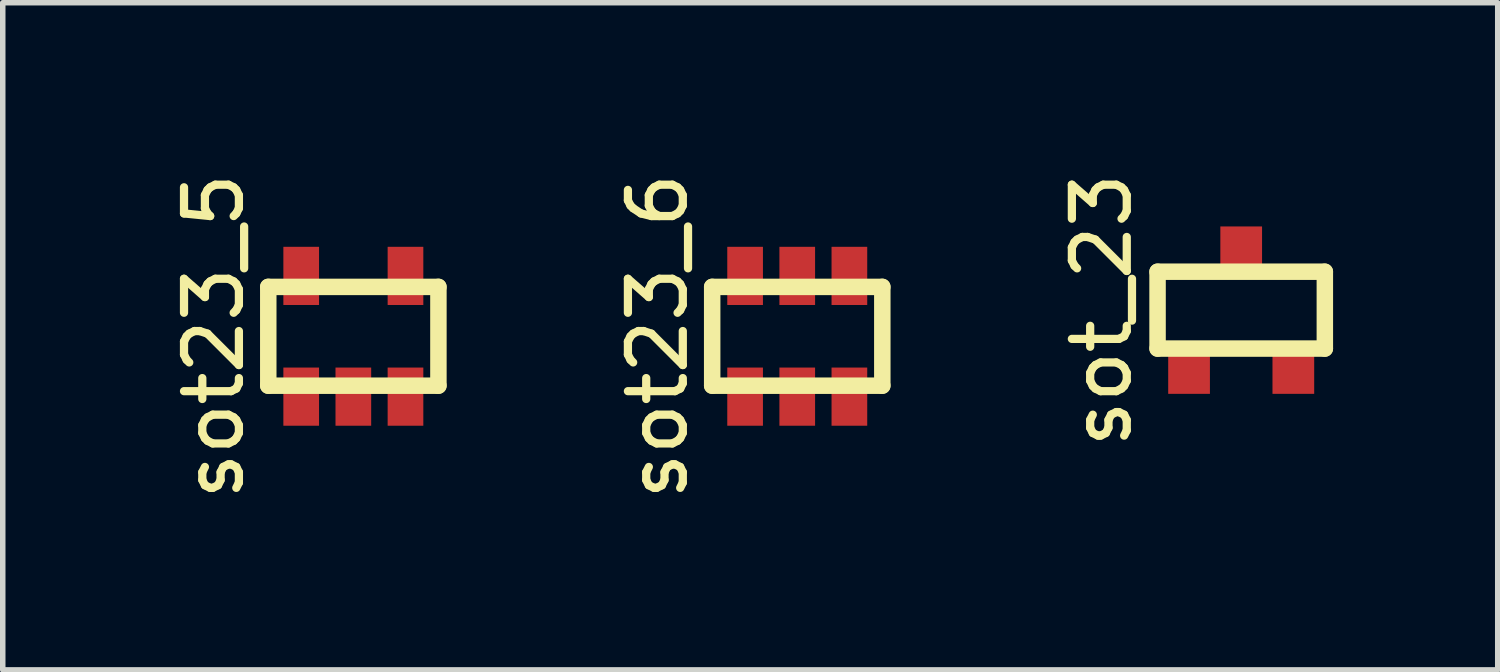
<source format=kicad_pcb>
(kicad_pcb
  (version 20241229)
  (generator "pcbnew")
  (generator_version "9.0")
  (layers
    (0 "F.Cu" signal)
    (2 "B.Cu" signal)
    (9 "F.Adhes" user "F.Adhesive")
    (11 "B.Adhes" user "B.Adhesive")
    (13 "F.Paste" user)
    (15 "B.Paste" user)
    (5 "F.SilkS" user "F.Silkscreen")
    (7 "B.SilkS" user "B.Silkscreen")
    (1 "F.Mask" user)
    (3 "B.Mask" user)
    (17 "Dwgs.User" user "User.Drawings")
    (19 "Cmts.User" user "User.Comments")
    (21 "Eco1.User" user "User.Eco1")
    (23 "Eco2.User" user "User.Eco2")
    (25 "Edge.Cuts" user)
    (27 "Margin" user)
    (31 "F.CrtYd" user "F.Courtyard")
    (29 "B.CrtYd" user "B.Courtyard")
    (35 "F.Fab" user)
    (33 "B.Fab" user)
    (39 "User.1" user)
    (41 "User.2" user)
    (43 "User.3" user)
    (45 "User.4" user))
  (footprint "sot23_6"
    (layer "F.Cu")
    (at 11.476 3.077)
    (property "Reference" "sot23_6" (at -2.54 0 90) (layer "F.SilkS") (effects (font (size 1 1) (thickness 0.15))))
    (attr through_hole)
    (fp_line (start -1.55 -0.9) (end 1.55 -0.9) (stroke (width 0.3) (type solid)) (layer "F.SilkS"))
    (fp_line (start -1.55 0.9) (end -1.55 -0.9) (stroke (width 0.3) (type solid)) (layer "F.SilkS"))
    (fp_line (start 1.55 -0.9) (end 1.55 0.9) (stroke (width 0.3) (type solid)) (layer "F.SilkS"))
    (fp_line (start 1.55 0.9) (end -1.55 0.9) (stroke (width 0.3) (type solid)) (layer "F.SilkS"))
    (pad "1" smd rect (at -0.95 1.1) (size 0.65 1.06) (layers "F.Cu" "F.Mask" "F.Paste"))
    (pad "2" smd rect (at 0 1.1) (size 0.65 1.06) (layers "F.Cu" "F.Mask" "F.Paste"))
    (pad "3" smd rect (at 0.95 1.1) (size 0.65 1.06) (layers "F.Cu" "F.Mask" "F.Paste"))
    (pad "4" smd rect (at 0.95 -1.1) (size 0.65 1.06) (layers "F.Cu" "F.Mask" "F.Paste"))
    (pad "5" smd rect (at 0 -1.1) (size 0.65 1.06) (layers "F.Cu" "F.Mask" "F.Paste"))
    (pad "6" smd rect (at -0.95 -1.1) (size 0.65 1.06) (layers "F.Cu" "F.Mask" "F.Paste")))
  (footprint "sot_23"
    (layer "F.Cu")
    (at 19.565 2.601)
    (property "Reference" "sot_23" (at -2.54 0 90) (layer "F.SilkS") (effects (font (size 1 1) (thickness 0.15))))
    (attr through_hole)
    (fp_line (start -1.524 -0.7) (end 1.524 -0.7) (stroke (width 0.3) (type solid)) (layer "F.SilkS"))
    (fp_line (start -1.524 0.7) (end -1.524 -0.7) (stroke (width 0.3) (type solid)) (layer "F.SilkS"))
    (fp_line (start 1.524 -0.7) (end 1.524 0.7) (stroke (width 0.3) (type solid)) (layer "F.SilkS"))
    (fp_line (start 1.524 0.7) (end -1.524 0.7) (stroke (width 0.3) (type solid)) (layer "F.SilkS"))
    (pad "1" smd rect (at -0.95 1.145) (size 0.76 0.76) (layers "F.Cu" "F.Mask" "F.Paste"))
    (pad "2" smd rect (at 0.95 1.145) (size 0.76 0.76) (layers "F.Cu" "F.Mask" "F.Paste"))
    (pad "3" smd rect (at 0 -1.145) (size 0.76 0.76) (layers "F.Cu" "F.Mask" "F.Paste")))
  (footprint "sot23_5"
    (layer "F.Cu")
    (at 3.388 3.077)
    (property "Reference" "sot23_5" (at -2.54 0 90) (layer "F.SilkS") (effects (font (size 1 1) (thickness 0.15))))
    (attr through_hole)
    (fp_line (start -1.55 -0.9) (end 1.55 -0.9) (stroke (width 0.3) (type solid)) (layer "F.SilkS"))
    (fp_line (start -1.55 0.9) (end -1.55 -0.9) (stroke (width 0.3) (type solid)) (layer "F.SilkS"))
    (fp_line (start 1.55 -0.9) (end 1.55 0.9) (stroke (width 0.3) (type solid)) (layer "F.SilkS"))
    (fp_line (start 1.55 0.9) (end -1.55 0.9) (stroke (width 0.3) (type solid)) (layer "F.SilkS"))
    (pad "1" smd rect (at -0.95 1.1) (size 0.65 1.06) (layers "F.Cu" "F.Mask" "F.Paste"))
    (pad "2" smd rect (at 0 1.1) (size 0.65 1.06) (layers "F.Cu" "F.Mask" "F.Paste"))
    (pad "3" smd rect (at 0.95 1.1) (size 0.65 1.06) (layers "F.Cu" "F.Mask" "F.Paste"))
    (pad "4" smd rect (at 0.95 -1.1) (size 0.65 1.06) (layers "F.Cu" "F.Mask" "F.Paste"))
    (pad "5" smd rect (at -0.95 -1.1) (size 0.65 1.06) (layers "F.Cu" "F.Mask" "F.Paste")))
  (gr_rect
    (start -3 -3)
    (end 24.239 9.155)
    (stroke (width 0.1) (type default))
    (fill no)
    (layer "Edge.Cuts")))
</source>
